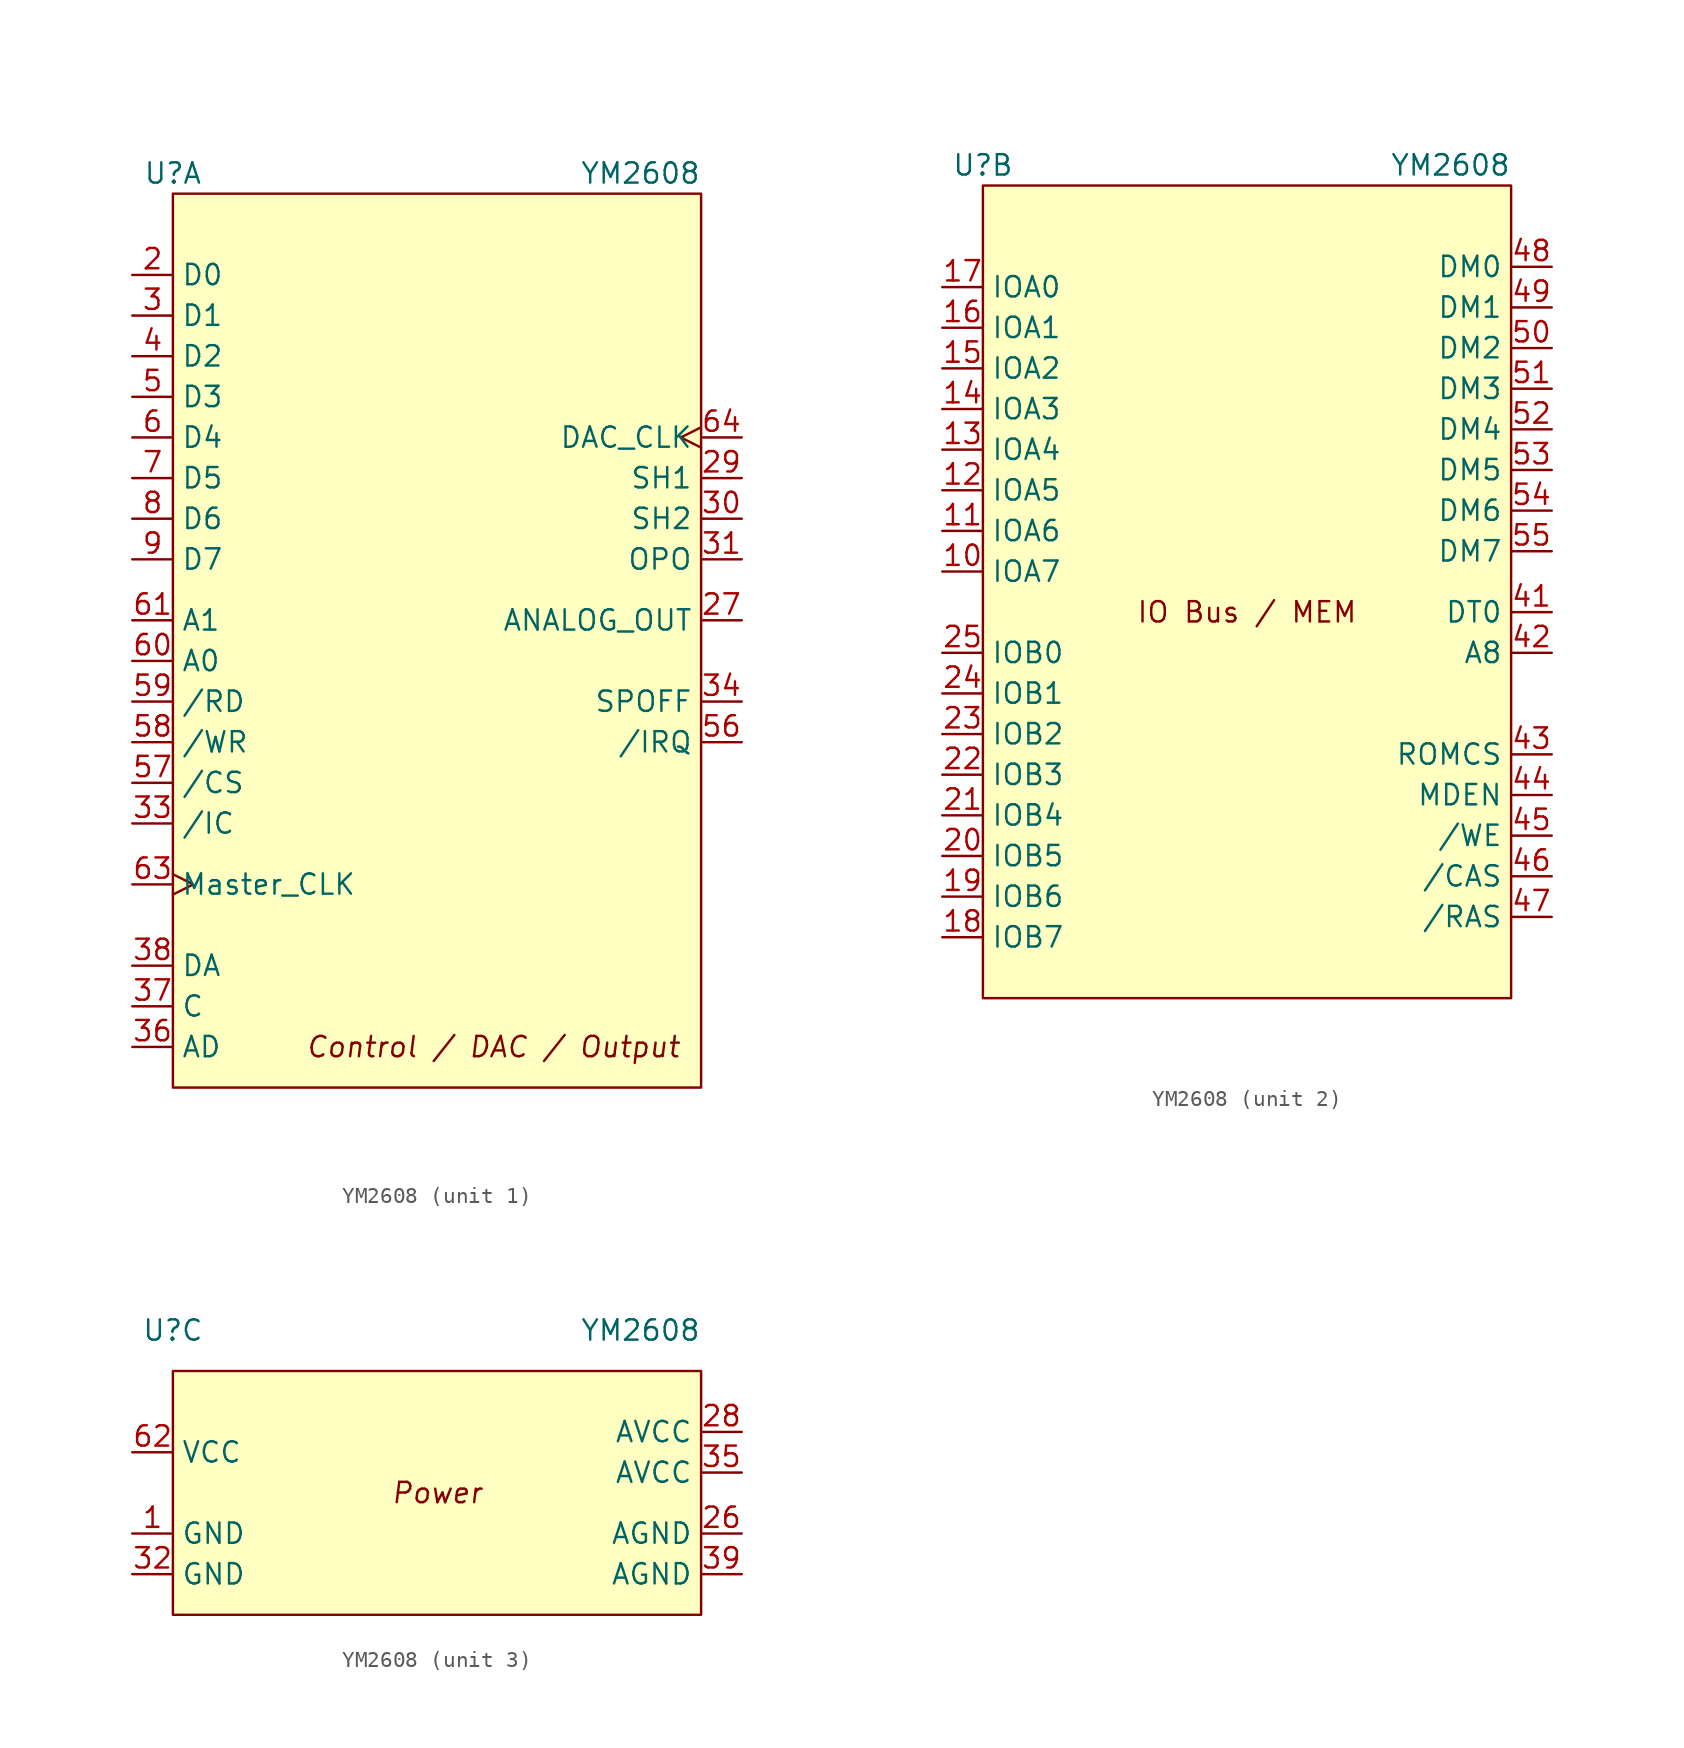
<source format=kicad_sym>
(kicad_symbol_lib
  (version 20211014)
  (generator kicad_symbol_editor)
  (symbol "YM2608"
    (property "Reference" "U"
      (at -16.51 29.21 0)
      (effects (font (size 1.27 1.27))))
    (property "Value" "YM2608"
      (at 16.51 29.21 0)
      (effects (font (size 1.27 1.27)) (justify right)))
    (symbol "YM2608_1_1"
      (rectangle (start -16.51 27.94) (end 16.51 -27.94) (stroke (width 0) (type default) (color 0 0 0 0)) (fill (type background)))
      (text "Control / DAC / Output" (at 15.24 -25.4 0) (effects (font (size 1.27 1.27) italic) (justify right)))
      (pin input line (at -19.05 22.86 0) (length 2.54) (name "D0" (effects (font (size 1.27 1.27)))) (number "2" (effects (font (size 1.27 1.27)))))
      (pin output line (at 19.05 1.27 180) (length 2.54) (name "ANALOG_OUT" (effects (font (size 1.27 1.27)))) (number "27" (effects (font (size 1.27 1.27)))))
      (pin output line (at 19.05 10.16 180) (length 2.54) (name "SH1" (effects (font (size 1.27 1.27)))) (number "29" (effects (font (size 1.27 1.27)))))
      (pin input line (at -19.05 20.32 0) (length 2.54) (name "D1" (effects (font (size 1.27 1.27)))) (number "3" (effects (font (size 1.27 1.27)))))
      (pin output line (at 19.05 7.62 180) (length 2.54) (name "SH2" (effects (font (size 1.27 1.27)))) (number "30" (effects (font (size 1.27 1.27)))))
      (pin output line (at 19.05 5.08 180) (length 2.54) (name "OPO" (effects (font (size 1.27 1.27)))) (number "31" (effects (font (size 1.27 1.27)))))
      (pin input line (at -19.05 -11.43 0) (length 2.54) (name "/IC" (effects (font (size 1.27 1.27)))) (number "33" (effects (font (size 1.27 1.27)))))
      (pin output line (at 19.05 -3.81 180) (length 2.54) (name "SPOFF" (effects (font (size 1.27 1.27)))) (number "34" (effects (font (size 1.27 1.27)))))
      (pin input line (at -19.05 -25.4 0) (length 2.54) (name "AD" (effects (font (size 1.27 1.27)))) (number "36" (effects (font (size 1.27 1.27)))))
      (pin input line (at -19.05 -22.86 0) (length 2.54) (name "C" (effects (font (size 1.27 1.27)))) (number "37" (effects (font (size 1.27 1.27)))))
      (pin input line (at -19.05 -20.32 0) (length 2.54) (name "DA" (effects (font (size 1.27 1.27)))) (number "38" (effects (font (size 1.27 1.27)))))
      (pin input line (at -19.05 17.78 0) (length 2.54) (name "D2" (effects (font (size 1.27 1.27)))) (number "4" (effects (font (size 1.27 1.27)))))
      (pin no_connect line (at 19.05 -12.7 180) (length 2.54) hide (name "/TEST" (effects (font (size 1.27 1.27)))) (number "40" (effects (font (size 1.27 1.27)))))
      (pin input line (at -19.05 15.24 0) (length 2.54) (name "D3" (effects (font (size 1.27 1.27)))) (number "5" (effects (font (size 1.27 1.27)))))
      (pin output line (at 19.05 -6.35 180) (length 2.54) (name "/IRQ" (effects (font (size 1.27 1.27)))) (number "56" (effects (font (size 1.27 1.27)))))
      (pin input line (at -19.05 -8.89 0) (length 2.54) (name "/CS" (effects (font (size 1.27 1.27)))) (number "57" (effects (font (size 1.27 1.27)))))
      (pin input line (at -19.05 -6.35 0) (length 2.54) (name "/WR" (effects (font (size 1.27 1.27)))) (number "58" (effects (font (size 1.27 1.27)))))
      (pin input line (at -19.05 -3.81 0) (length 2.54) (name "/RD" (effects (font (size 1.27 1.27)))) (number "59" (effects (font (size 1.27 1.27)))))
      (pin input line (at -19.05 12.7 0) (length 2.54) (name "D4" (effects (font (size 1.27 1.27)))) (number "6" (effects (font (size 1.27 1.27)))))
      (pin input line (at -19.05 -1.27 0) (length 2.54) (name "A0" (effects (font (size 1.27 1.27)))) (number "60" (effects (font (size 1.27 1.27)))))
      (pin input line (at -19.05 1.27 0) (length 2.54) (name "A1" (effects (font (size 1.27 1.27)))) (number "61" (effects (font (size 1.27 1.27)))))
      (pin input clock (at -19.05 -15.24 0) (length 2.54) (name "Master_CLK" (effects (font (size 1.27 1.27)))) (number "63" (effects (font (size 1.27 1.27)))))
      (pin output clock (at 19.05 12.7 180) (length 2.54) (name "DAC_CLK" (effects (font (size 1.27 1.27)))) (number "64" (effects (font (size 1.27 1.27)))))
      (pin input line (at -19.05 10.16 0) (length 2.54) (name "D5" (effects (font (size 1.27 1.27)))) (number "7" (effects (font (size 1.27 1.27)))))
      (pin input line (at -19.05 7.62 0) (length 2.54) (name "D6" (effects (font (size 1.27 1.27)))) (number "8" (effects (font (size 1.27 1.27)))))
      (pin input line (at -19.05 5.08 0) (length 2.54) (name "D7" (effects (font (size 1.27 1.27)))) (number "9" (effects (font (size 1.27 1.27))))))
    (symbol "YM2608_2_0"
      (rectangle (start -16.51 27.94) (end 16.51 -22.86) (stroke (width 0) (type default) (color 0 0 0 0)) (fill (type background))))
    (symbol "YM2608_2_1"
      (text "IO Bus / MEM" (at 0 1.27 0) (effects (font (size 1.27 1.27))))
      (pin bidirectional line (at -19.05 3.81 0) (length 2.54) (name "IOA7" (effects (font (size 1.27 1.27)))) (number "10" (effects (font (size 1.27 1.27)))))
      (pin bidirectional line (at -19.05 6.35 0) (length 2.54) (name "IOA6" (effects (font (size 1.27 1.27)))) (number "11" (effects (font (size 1.27 1.27)))))
      (pin bidirectional line (at -19.05 8.89 0) (length 2.54) (name "IOA5" (effects (font (size 1.27 1.27)))) (number "12" (effects (font (size 1.27 1.27)))))
      (pin bidirectional line (at -19.05 11.43 0) (length 2.54) (name "IOA4" (effects (font (size 1.27 1.27)))) (number "13" (effects (font (size 1.27 1.27)))))
      (pin bidirectional line (at -19.05 13.97 0) (length 2.54) (name "IOA3" (effects (font (size 1.27 1.27)))) (number "14" (effects (font (size 1.27 1.27)))))
      (pin bidirectional line (at -19.05 16.51 0) (length 2.54) (name "IOA2" (effects (font (size 1.27 1.27)))) (number "15" (effects (font (size 1.27 1.27)))))
      (pin bidirectional line (at -19.05 19.05 0) (length 2.54) (name "IOA1" (effects (font (size 1.27 1.27)))) (number "16" (effects (font (size 1.27 1.27)))))
      (pin bidirectional line (at -19.05 21.59 0) (length 2.54) (name "IOA0" (effects (font (size 1.27 1.27)))) (number "17" (effects (font (size 1.27 1.27)))))
      (pin bidirectional line (at -19.05 -19.05 0) (length 2.54) (name "IOB7" (effects (font (size 1.27 1.27)))) (number "18" (effects (font (size 1.27 1.27)))))
      (pin bidirectional line (at -19.05 -16.51 0) (length 2.54) (name "IOB6" (effects (font (size 1.27 1.27)))) (number "19" (effects (font (size 1.27 1.27)))))
      (pin bidirectional line (at -19.05 -13.97 0) (length 2.54) (name "IOB5" (effects (font (size 1.27 1.27)))) (number "20" (effects (font (size 1.27 1.27)))))
      (pin bidirectional line (at -19.05 -11.43 0) (length 2.54) (name "IOB4" (effects (font (size 1.27 1.27)))) (number "21" (effects (font (size 1.27 1.27)))))
      (pin bidirectional line (at -19.05 -8.89 0) (length 2.54) (name "IOB3" (effects (font (size 1.27 1.27)))) (number "22" (effects (font (size 1.27 1.27)))))
      (pin bidirectional line (at -19.05 -6.35 0) (length 2.54) (name "IOB2" (effects (font (size 1.27 1.27)))) (number "23" (effects (font (size 1.27 1.27)))))
      (pin bidirectional line (at -19.05 -3.81 0) (length 2.54) (name "IOB1" (effects (font (size 1.27 1.27)))) (number "24" (effects (font (size 1.27 1.27)))))
      (pin bidirectional line (at -19.05 -1.27 0) (length 2.54) (name "IOB0" (effects (font (size 1.27 1.27)))) (number "25" (effects (font (size 1.27 1.27)))))
      (pin bidirectional line (at 19.05 1.27 180) (length 2.54) (name "DT0" (effects (font (size 1.27 1.27)))) (number "41" (effects (font (size 1.27 1.27)))))
      (pin bidirectional line (at 19.05 -1.27 180) (length 2.54) (name "A8" (effects (font (size 1.27 1.27)))) (number "42" (effects (font (size 1.27 1.27)))))
      (pin output line (at 19.05 -7.62 180) (length 2.54) (name "ROMCS" (effects (font (size 1.27 1.27)))) (number "43" (effects (font (size 1.27 1.27)))))
      (pin output line (at 19.05 -10.16 180) (length 2.54) (name "MDEN" (effects (font (size 1.27 1.27)))) (number "44" (effects (font (size 1.27 1.27)))))
      (pin output line (at 19.05 -12.7 180) (length 2.54) (name "/WE" (effects (font (size 1.27 1.27)))) (number "45" (effects (font (size 1.27 1.27)))))
      (pin output line (at 19.05 -15.24 180) (length 2.54) (name "/CAS" (effects (font (size 1.27 1.27)))) (number "46" (effects (font (size 1.27 1.27)))))
      (pin output line (at 19.05 -17.78 180) (length 2.54) (name "/RAS" (effects (font (size 1.27 1.27)))) (number "47" (effects (font (size 1.27 1.27)))))
      (pin bidirectional line (at 19.05 22.86 180) (length 2.54) (name "DM0" (effects (font (size 1.27 1.27)))) (number "48" (effects (font (size 1.27 1.27)))))
      (pin bidirectional line (at 19.05 20.32 180) (length 2.54) (name "DM1" (effects (font (size 1.27 1.27)))) (number "49" (effects (font (size 1.27 1.27)))))
      (pin bidirectional line (at 19.05 17.78 180) (length 2.54) (name "DM2" (effects (font (size 1.27 1.27)))) (number "50" (effects (font (size 1.27 1.27)))))
      (pin bidirectional line (at 19.05 15.24 180) (length 2.54) (name "DM3" (effects (font (size 1.27 1.27)))) (number "51" (effects (font (size 1.27 1.27)))))
      (pin bidirectional line (at 19.05 12.7 180) (length 2.54) (name "DM4" (effects (font (size 1.27 1.27)))) (number "52" (effects (font (size 1.27 1.27)))))
      (pin bidirectional line (at 19.05 10.16 180) (length 2.54) (name "DM5" (effects (font (size 1.27 1.27)))) (number "53" (effects (font (size 1.27 1.27)))))
      (pin bidirectional line (at 19.05 7.62 180) (length 2.54) (name "DM6" (effects (font (size 1.27 1.27)))) (number "54" (effects (font (size 1.27 1.27)))))
      (pin bidirectional line (at 19.05 5.08 180) (length 2.54) (name "DM7" (effects (font (size 1.27 1.27)))) (number "55" (effects (font (size 1.27 1.27))))))
    (symbol "YM2608_3_1"
      (rectangle (start -16.51 26.67) (end 16.51 11.43) (stroke (width 0) (type default) (color 0 0 0 0)) (fill (type background)))
      (text "Power" (at 0 19.05 0) (effects (font (size 1.27 1.27) italic)))
      (pin power_in line (at -19.05 16.51 0) (length 2.54) (name "GND" (effects (font (size 1.27 1.27)))) (number "1" (effects (font (size 1.27 1.27)))))
      (pin power_in line (at 19.05 16.51 180) (length 2.54) (name "AGND" (effects (font (size 1.27 1.27)))) (number "26" (effects (font (size 1.27 1.27)))))
      (pin power_in line (at 19.05 22.86 180) (length 2.54) (name "AVCC" (effects (font (size 1.27 1.27)))) (number "28" (effects (font (size 1.27 1.27)))))
      (pin power_in line (at -19.05 13.97 0) (length 2.54) (name "GND" (effects (font (size 1.27 1.27)))) (number "32" (effects (font (size 1.27 1.27)))))
      (pin power_in line (at 19.05 20.32 180) (length 2.54) (name "AVCC" (effects (font (size 1.27 1.27)))) (number "35" (effects (font (size 1.27 1.27)))))
      (pin power_in line (at 19.05 13.97 180) (length 2.54) (name "AGND" (effects (font (size 1.27 1.27)))) (number "39" (effects (font (size 1.27 1.27)))))
      (pin power_in line (at -19.05 21.59 0) (length 2.54) (name "VCC" (effects (font (size 1.27 1.27)))) (number "62" (effects (font (size 1.27 1.27))))))))
</source>
